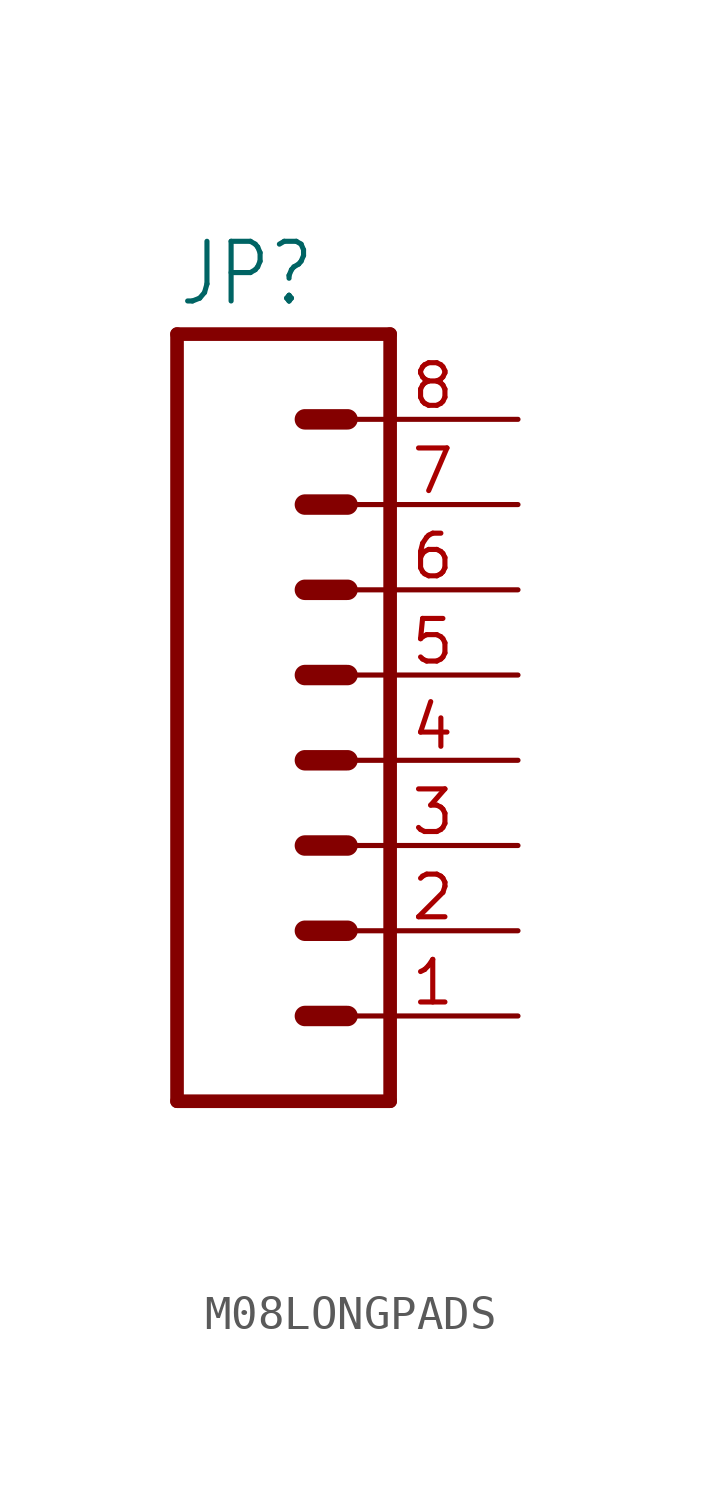
<source format=kicad_sym>
(kicad_symbol_lib
  (version 20220914)
  (generator kicad_symbol_editor)
  (symbol "M08LONGPADS"
    (property "Reference" "JP"
      (at -5.08 13.462 0)
      (effects (font (size 1.778 1.511)) (justify left bottom)))
    (property "Value" ""
      (at -5.08 -12.7 0)
      (effects (font (size 1.778 1.511)) (justify left bottom)))
    (property "ki_locked" ""
      (at 0 0 0)
      (effects (font (size 1.27 1.27))))
    (symbol "M08LONGPADS_1_0"
      (polyline (pts (xy -5.08 12.7) (xy -5.08 -10.16)) (stroke (width 0.406) (type solid)) (fill (type none)))
      (polyline (pts (xy -5.08 12.7) (xy 1.27 12.7)) (stroke (width 0.406) (type solid)) (fill (type none)))
      (polyline (pts (xy -1.27 -7.62) (xy 0 -7.62)) (stroke (width 0.61) (type solid)) (fill (type none)))
      (polyline (pts (xy -1.27 -5.08) (xy 0 -5.08)) (stroke (width 0.61) (type solid)) (fill (type none)))
      (polyline (pts (xy -1.27 -2.54) (xy 0 -2.54)) (stroke (width 0.61) (type solid)) (fill (type none)))
      (polyline (pts (xy -1.27 0) (xy 0 0)) (stroke (width 0.61) (type solid)) (fill (type none)))
      (polyline (pts (xy -1.27 2.54) (xy 0 2.54)) (stroke (width 0.61) (type solid)) (fill (type none)))
      (polyline (pts (xy -1.27 5.08) (xy 0 5.08)) (stroke (width 0.61) (type solid)) (fill (type none)))
      (polyline (pts (xy -1.27 7.62) (xy 0 7.62)) (stroke (width 0.61) (type solid)) (fill (type none)))
      (polyline (pts (xy -1.27 10.16) (xy 0 10.16)) (stroke (width 0.61) (type solid)) (fill (type none)))
      (polyline (pts (xy 1.27 -10.16) (xy -5.08 -10.16)) (stroke (width 0.406) (type solid)) (fill (type none)))
      (polyline (pts (xy 1.27 -10.16) (xy 1.27 12.7)) (stroke (width 0.406) (type solid)) (fill (type none)))
      (pin passive line (at 5.08 -7.62 180) (length 5.08) (name "1" (effects (font (size 0 0)))) (number "1" (effects (font (size 1.27 1.27)))))
      (pin passive line (at 5.08 -5.08 180) (length 5.08) (name "2" (effects (font (size 0 0)))) (number "2" (effects (font (size 1.27 1.27)))))
      (pin passive line (at 5.08 -2.54 180) (length 5.08) (name "3" (effects (font (size 0 0)))) (number "3" (effects (font (size 1.27 1.27)))))
      (pin passive line (at 5.08 0 180) (length 5.08) (name "4" (effects (font (size 0 0)))) (number "4" (effects (font (size 1.27 1.27)))))
      (pin passive line (at 5.08 2.54 180) (length 5.08) (name "5" (effects (font (size 0 0)))) (number "5" (effects (font (size 1.27 1.27)))))
      (pin passive line (at 5.08 5.08 180) (length 5.08) (name "6" (effects (font (size 0 0)))) (number "6" (effects (font (size 1.27 1.27)))))
      (pin passive line (at 5.08 7.62 180) (length 5.08) (name "7" (effects (font (size 0 0)))) (number "7" (effects (font (size 1.27 1.27)))))
      (pin passive line (at 5.08 10.16 180) (length 5.08) (name "8" (effects (font (size 0 0)))) (number "8" (effects (font (size 1.27 1.27))))))))
</source>
